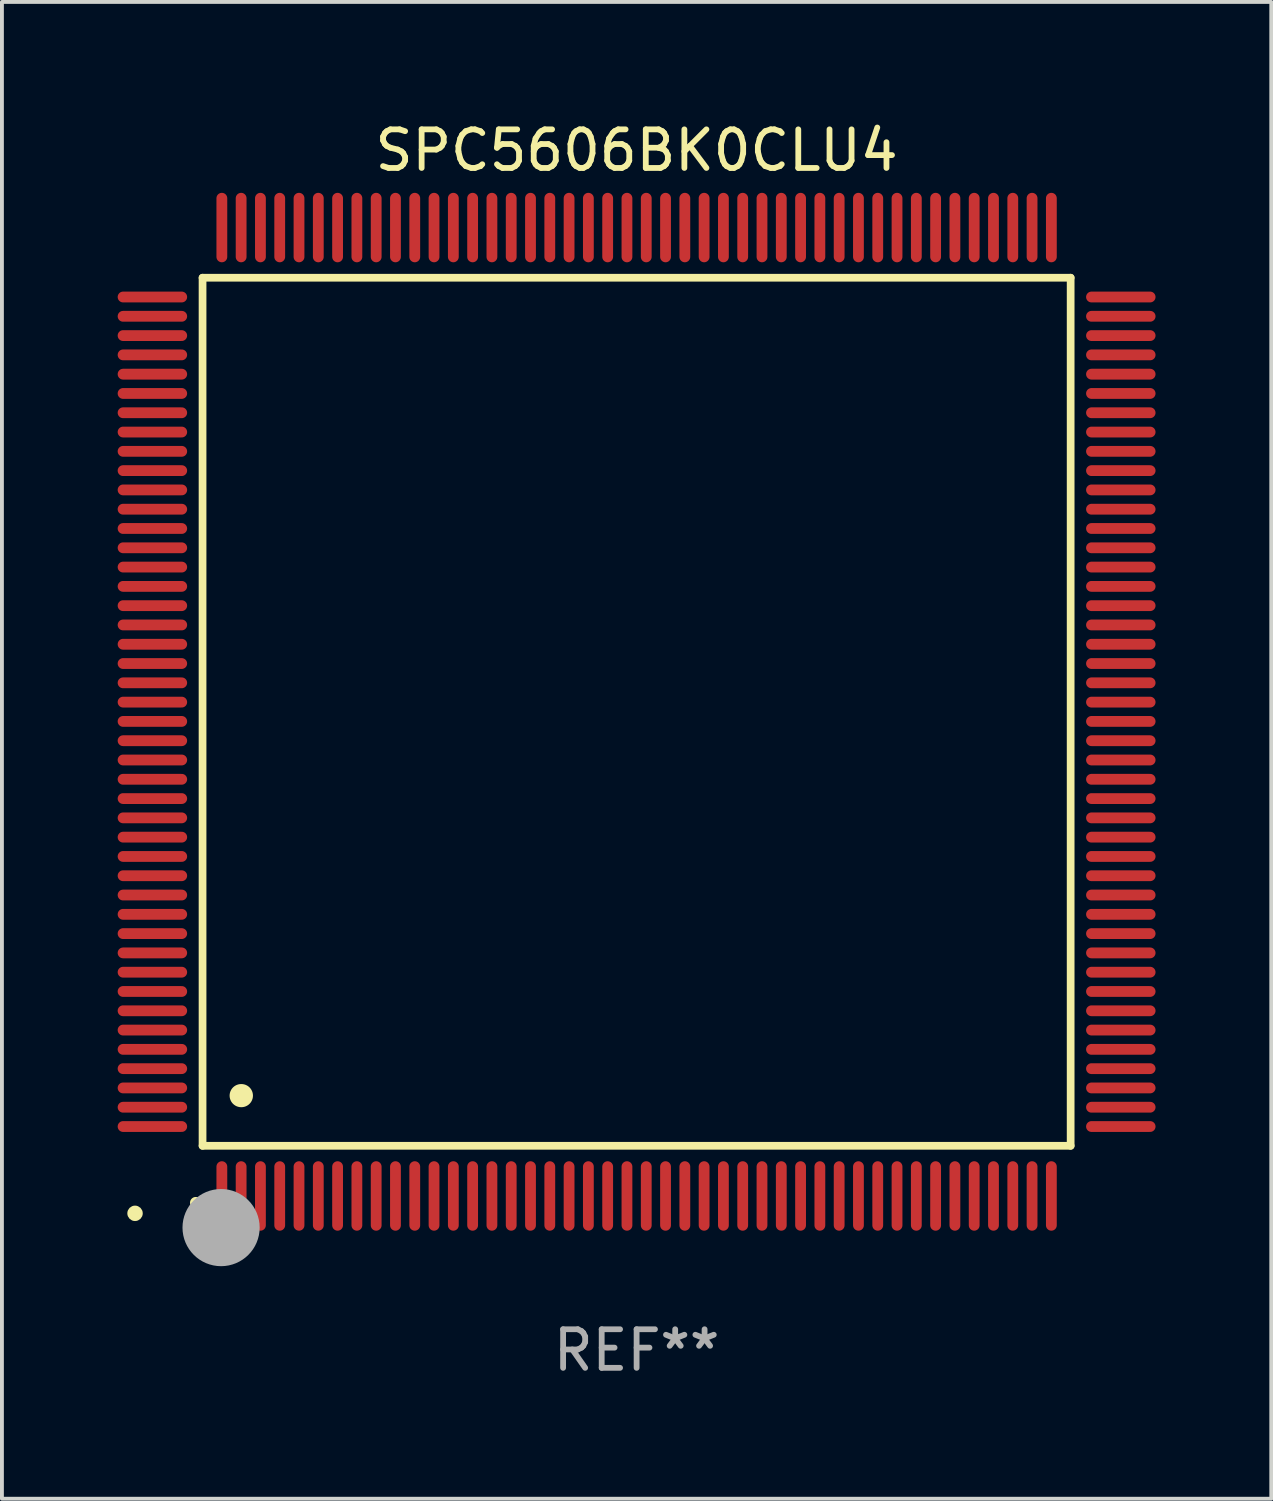
<source format=kicad_pcb>
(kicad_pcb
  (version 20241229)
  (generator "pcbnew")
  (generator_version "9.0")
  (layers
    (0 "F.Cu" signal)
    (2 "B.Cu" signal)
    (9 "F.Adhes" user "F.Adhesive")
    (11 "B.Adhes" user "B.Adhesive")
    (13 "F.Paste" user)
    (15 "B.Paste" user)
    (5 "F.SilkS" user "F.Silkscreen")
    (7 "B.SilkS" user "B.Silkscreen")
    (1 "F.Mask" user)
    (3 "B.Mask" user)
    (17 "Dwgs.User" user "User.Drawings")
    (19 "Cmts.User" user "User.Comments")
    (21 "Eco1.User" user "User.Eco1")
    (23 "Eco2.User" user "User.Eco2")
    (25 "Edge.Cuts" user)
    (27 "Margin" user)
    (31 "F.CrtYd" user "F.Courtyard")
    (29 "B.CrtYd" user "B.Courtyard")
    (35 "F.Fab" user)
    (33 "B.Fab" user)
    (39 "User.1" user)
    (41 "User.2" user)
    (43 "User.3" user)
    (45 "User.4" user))
  (footprint "SPC5606BK0CLU4"
    (layer "F.Cu")
    (at 13.45 15.398)
    (property "Reference" "SPC5606BK0CLU4" (at 0 -14.55 0) (layer "F.SilkS") (effects (font (size 1 1) (thickness 0.15))))
    (attr through_hole)
    (fp_line (start -11.25 -11.25) (end 11.25 -11.25) (stroke (width 0.2) (type solid)) (layer "F.SilkS"))
    (fp_line (start -11.25 11.25) (end -11.25 -11.25) (stroke (width 0.2) (type solid)) (layer "F.SilkS"))
    (fp_line (start 11.25 -11.25) (end 11.25 11.25) (stroke (width 0.2) (type solid)) (layer "F.SilkS"))
    (fp_line (start 11.25 11.25) (end -11.25 11.25) (stroke (width 0.2) (type solid)) (layer "F.SilkS"))
    (fp_arc (start -11.424943 12.725425) (mid -11.423673 12.72542) (end -11.422403 12.725425) (stroke (width 0.3) (type solid)) (layer "F.SilkS"))
    (fp_arc (start -10.24892 9.9492) (mid -10.24638 9.949189) (end -10.24384 9.9492) (stroke (width 0.6) (type solid)) (layer "F.SilkS"))
    (fp_circle (center -13 13) (end -12.9 13) (stroke (width 0.2) (type solid)) (fill no) (layer "F.SilkS"))
    (fp_circle (center -10.77 13.37) (end -10.27 13.37) (stroke (width 1) (type solid)) (fill no) (layer "F.Fab"))
    (fp_text user "REF**" (at 0 16.55 0) (layer "F.Fab") (effects (font (size 1 1) (thickness 0.15))))
    (pad "1" smd oval (at -10.75 12.55) (size 0.28 1.8) (layers "F.Cu" "F.Mask" "F.Paste"))
    (pad "2" smd oval (at -10.25 12.55) (size 0.28 1.8) (layers "F.Cu" "F.Mask" "F.Paste"))
    (pad "3" smd oval (at -9.75 12.55) (size 0.28 1.8) (layers "F.Cu" "F.Mask" "F.Paste"))
    (pad "4" smd oval (at -9.25 12.55) (size 0.28 1.8) (layers "F.Cu" "F.Mask" "F.Paste"))
    (pad "5" smd oval (at -8.75 12.55) (size 0.28 1.8) (layers "F.Cu" "F.Mask" "F.Paste"))
    (pad "6" smd oval (at -8.25 12.55) (size 0.28 1.8) (layers "F.Cu" "F.Mask" "F.Paste"))
    (pad "7" smd oval (at -7.75 12.55) (size 0.28 1.8) (layers "F.Cu" "F.Mask" "F.Paste"))
    (pad "8" smd oval (at -7.25 12.55) (size 0.28 1.8) (layers "F.Cu" "F.Mask" "F.Paste"))
    (pad "9" smd oval (at -6.75 12.55) (size 0.28 1.8) (layers "F.Cu" "F.Mask" "F.Paste"))
    (pad "10" smd oval (at -6.25 12.55) (size 0.28 1.8) (layers "F.Cu" "F.Mask" "F.Paste"))
    (pad "11" smd oval (at -5.75 12.55) (size 0.28 1.8) (layers "F.Cu" "F.Mask" "F.Paste"))
    (pad "12" smd oval (at -5.25 12.55) (size 0.28 1.8) (layers "F.Cu" "F.Mask" "F.Paste"))
    (pad "13" smd oval (at -4.75 12.55) (size 0.28 1.8) (layers "F.Cu" "F.Mask" "F.Paste"))
    (pad "14" smd oval (at -4.25 12.55) (size 0.28 1.8) (layers "F.Cu" "F.Mask" "F.Paste"))
    (pad "15" smd oval (at -3.75 12.55) (size 0.28 1.8) (layers "F.Cu" "F.Mask" "F.Paste"))
    (pad "16" smd oval (at -3.25 12.55) (size 0.28 1.8) (layers "F.Cu" "F.Mask" "F.Paste"))
    (pad "17" smd oval (at -2.75 12.55) (size 0.28 1.8) (layers "F.Cu" "F.Mask" "F.Paste"))
    (pad "18" smd oval (at -2.25 12.55) (size 0.28 1.8) (layers "F.Cu" "F.Mask" "F.Paste"))
    (pad "19" smd oval (at -1.75 12.55) (size 0.28 1.8) (layers "F.Cu" "F.Mask" "F.Paste"))
    (pad "20" smd oval (at -1.25 12.55) (size 0.28 1.8) (layers "F.Cu" "F.Mask" "F.Paste"))
    (pad "21" smd oval (at -0.75 12.55) (size 0.28 1.8) (layers "F.Cu" "F.Mask" "F.Paste"))
    (pad "22" smd oval (at -0.25 12.55) (size 0.28 1.8) (layers "F.Cu" "F.Mask" "F.Paste"))
    (pad "23" smd oval (at 0.25 12.55) (size 0.28 1.8) (layers "F.Cu" "F.Mask" "F.Paste"))
    (pad "24" smd oval (at 0.75 12.55) (size 0.28 1.8) (layers "F.Cu" "F.Mask" "F.Paste"))
    (pad "25" smd oval (at 1.25 12.55) (size 0.28 1.8) (layers "F.Cu" "F.Mask" "F.Paste"))
    (pad "26" smd oval (at 1.75 12.55) (size 0.28 1.8) (layers "F.Cu" "F.Mask" "F.Paste"))
    (pad "27" smd oval (at 2.25 12.55) (size 0.28 1.8) (layers "F.Cu" "F.Mask" "F.Paste"))
    (pad "28" smd oval (at 2.75 12.55) (size 0.28 1.8) (layers "F.Cu" "F.Mask" "F.Paste"))
    (pad "29" smd oval (at 3.25 12.55) (size 0.28 1.8) (layers "F.Cu" "F.Mask" "F.Paste"))
    (pad "30" smd oval (at 3.75 12.55) (size 0.28 1.8) (layers "F.Cu" "F.Mask" "F.Paste"))
    (pad "31" smd oval (at 4.25 12.55) (size 0.28 1.8) (layers "F.Cu" "F.Mask" "F.Paste"))
    (pad "32" smd oval (at 4.75 12.55) (size 0.28 1.8) (layers "F.Cu" "F.Mask" "F.Paste"))
    (pad "33" smd oval (at 5.25 12.55) (size 0.28 1.8) (layers "F.Cu" "F.Mask" "F.Paste"))
    (pad "34" smd oval (at 5.75 12.55) (size 0.28 1.8) (layers "F.Cu" "F.Mask" "F.Paste"))
    (pad "35" smd oval (at 6.25 12.55) (size 0.28 1.8) (layers "F.Cu" "F.Mask" "F.Paste"))
    (pad "36" smd oval (at 6.75 12.55) (size 0.28 1.8) (layers "F.Cu" "F.Mask" "F.Paste"))
    (pad "37" smd oval (at 7.25 12.55) (size 0.28 1.8) (layers "F.Cu" "F.Mask" "F.Paste"))
    (pad "38" smd oval (at 7.75 12.55) (size 0.28 1.8) (layers "F.Cu" "F.Mask" "F.Paste"))
    (pad "39" smd oval (at 8.25 12.55) (size 0.28 1.8) (layers "F.Cu" "F.Mask" "F.Paste"))
    (pad "40" smd oval (at 8.75 12.55) (size 0.28 1.8) (layers "F.Cu" "F.Mask" "F.Paste"))
    (pad "41" smd oval (at 9.25 12.55) (size 0.28 1.8) (layers "F.Cu" "F.Mask" "F.Paste"))
    (pad "42" smd oval (at 9.75 12.55) (size 0.28 1.8) (layers "F.Cu" "F.Mask" "F.Paste"))
    (pad "43" smd oval (at 10.25 12.55) (size 0.28 1.8) (layers "F.Cu" "F.Mask" "F.Paste"))
    (pad "44" smd oval (at 10.75 12.55) (size 0.28 1.8) (layers "F.Cu" "F.Mask" "F.Paste"))
    (pad "45" smd oval (at 12.55 10.75) (size 1.8 0.28) (layers "F.Cu" "F.Mask" "F.Paste"))
    (pad "46" smd oval (at 12.55 10.25) (size 1.8 0.28) (layers "F.Cu" "F.Mask" "F.Paste"))
    (pad "47" smd oval (at 12.55 9.75) (size 1.8 0.28) (layers "F.Cu" "F.Mask" "F.Paste"))
    (pad "48" smd oval (at 12.55 9.25) (size 1.8 0.28) (layers "F.Cu" "F.Mask" "F.Paste"))
    (pad "49" smd oval (at 12.55 8.75) (size 1.8 0.28) (layers "F.Cu" "F.Mask" "F.Paste"))
    (pad "50" smd oval (at 12.55 8.25) (size 1.8 0.28) (layers "F.Cu" "F.Mask" "F.Paste"))
    (pad "51" smd oval (at 12.55 7.75) (size 1.8 0.28) (layers "F.Cu" "F.Mask" "F.Paste"))
    (pad "52" smd oval (at 12.55 7.25) (size 1.8 0.28) (layers "F.Cu" "F.Mask" "F.Paste"))
    (pad "53" smd oval (at 12.55 6.75) (size 1.8 0.28) (layers "F.Cu" "F.Mask" "F.Paste"))
    (pad "54" smd oval (at 12.55 6.25) (size 1.8 0.28) (layers "F.Cu" "F.Mask" "F.Paste"))
    (pad "55" smd oval (at 12.55 5.75) (size 1.8 0.28) (layers "F.Cu" "F.Mask" "F.Paste"))
    (pad "56" smd oval (at 12.55 5.25) (size 1.8 0.28) (layers "F.Cu" "F.Mask" "F.Paste"))
    (pad "57" smd oval (at 12.55 4.75) (size 1.8 0.28) (layers "F.Cu" "F.Mask" "F.Paste"))
    (pad "58" smd oval (at 12.55 4.25) (size 1.8 0.28) (layers "F.Cu" "F.Mask" "F.Paste"))
    (pad "59" smd oval (at 12.55 3.75) (size 1.8 0.28) (layers "F.Cu" "F.Mask" "F.Paste"))
    (pad "60" smd oval (at 12.55 3.25) (size 1.8 0.28) (layers "F.Cu" "F.Mask" "F.Paste"))
    (pad "61" smd oval (at 12.55 2.75) (size 1.8 0.28) (layers "F.Cu" "F.Mask" "F.Paste"))
    (pad "62" smd oval (at 12.55 2.25) (size 1.8 0.28) (layers "F.Cu" "F.Mask" "F.Paste"))
    (pad "63" smd oval (at 12.55 1.75) (size 1.8 0.28) (layers "F.Cu" "F.Mask" "F.Paste"))
    (pad "64" smd oval (at 12.55 1.25) (size 1.8 0.28) (layers "F.Cu" "F.Mask" "F.Paste"))
    (pad "65" smd oval (at 12.55 0.75) (size 1.8 0.28) (layers "F.Cu" "F.Mask" "F.Paste"))
    (pad "66" smd oval (at 12.55 0.25) (size 1.8 0.28) (layers "F.Cu" "F.Mask" "F.Paste"))
    (pad "67" smd oval (at 12.55 -0.25) (size 1.8 0.28) (layers "F.Cu" "F.Mask" "F.Paste"))
    (pad "68" smd oval (at 12.55 -0.75) (size 1.8 0.28) (layers "F.Cu" "F.Mask" "F.Paste"))
    (pad "69" smd oval (at 12.55 -1.25) (size 1.8 0.28) (layers "F.Cu" "F.Mask" "F.Paste"))
    (pad "70" smd oval (at 12.55 -1.75) (size 1.8 0.28) (layers "F.Cu" "F.Mask" "F.Paste"))
    (pad "71" smd oval (at 12.55 -2.25) (size 1.8 0.28) (layers "F.Cu" "F.Mask" "F.Paste"))
    (pad "72" smd oval (at 12.55 -2.75) (size 1.8 0.28) (layers "F.Cu" "F.Mask" "F.Paste"))
    (pad "73" smd oval (at 12.55 -3.25) (size 1.8 0.28) (layers "F.Cu" "F.Mask" "F.Paste"))
    (pad "74" smd oval (at 12.55 -3.75) (size 1.8 0.28) (layers "F.Cu" "F.Mask" "F.Paste"))
    (pad "75" smd oval (at 12.55 -4.25) (size 1.8 0.28) (layers "F.Cu" "F.Mask" "F.Paste"))
    (pad "76" smd oval (at 12.55 -4.75) (size 1.8 0.28) (layers "F.Cu" "F.Mask" "F.Paste"))
    (pad "77" smd oval (at 12.55 -5.25) (size 1.8 0.28) (layers "F.Cu" "F.Mask" "F.Paste"))
    (pad "78" smd oval (at 12.55 -5.75) (size 1.8 0.28) (layers "F.Cu" "F.Mask" "F.Paste"))
    (pad "79" smd oval (at 12.55 -6.25) (size 1.8 0.28) (layers "F.Cu" "F.Mask" "F.Paste"))
    (pad "80" smd oval (at 12.55 -6.75) (size 1.8 0.28) (layers "F.Cu" "F.Mask" "F.Paste"))
    (pad "81" smd oval (at 12.55 -7.25) (size 1.8 0.28) (layers "F.Cu" "F.Mask" "F.Paste"))
    (pad "82" smd oval (at 12.55 -7.75) (size 1.8 0.28) (layers "F.Cu" "F.Mask" "F.Paste"))
    (pad "83" smd oval (at 12.55 -8.25) (size 1.8 0.28) (layers "F.Cu" "F.Mask" "F.Paste"))
    (pad "84" smd oval (at 12.55 -8.75) (size 1.8 0.28) (layers "F.Cu" "F.Mask" "F.Paste"))
    (pad "85" smd oval (at 12.55 -9.25) (size 1.8 0.28) (layers "F.Cu" "F.Mask" "F.Paste"))
    (pad "86" smd oval (at 12.55 -9.75) (size 1.8 0.28) (layers "F.Cu" "F.Mask" "F.Paste"))
    (pad "87" smd oval (at 12.55 -10.25) (size 1.8 0.28) (layers "F.Cu" "F.Mask" "F.Paste"))
    (pad "88" smd oval (at 12.55 -10.75) (size 1.8 0.28) (layers "F.Cu" "F.Mask" "F.Paste"))
    (pad "89" smd oval (at 10.75 -12.55) (size 0.28 1.8) (layers "F.Cu" "F.Mask" "F.Paste"))
    (pad "90" smd oval (at 10.25 -12.55) (size 0.28 1.8) (layers "F.Cu" "F.Mask" "F.Paste"))
    (pad "91" smd oval (at 9.75 -12.55) (size 0.28 1.8) (layers "F.Cu" "F.Mask" "F.Paste"))
    (pad "92" smd oval (at 9.25 -12.55) (size 0.28 1.8) (layers "F.Cu" "F.Mask" "F.Paste"))
    (pad "93" smd oval (at 8.75 -12.55) (size 0.28 1.8) (layers "F.Cu" "F.Mask" "F.Paste"))
    (pad "94" smd oval (at 8.25 -12.55) (size 0.28 1.8) (layers "F.Cu" "F.Mask" "F.Paste"))
    (pad "95" smd oval (at 7.75 -12.55) (size 0.28 1.8) (layers "F.Cu" "F.Mask" "F.Paste"))
    (pad "96" smd oval (at 7.25 -12.55) (size 0.28 1.8) (layers "F.Cu" "F.Mask" "F.Paste"))
    (pad "97" smd oval (at 6.75 -12.55) (size 0.28 1.8) (layers "F.Cu" "F.Mask" "F.Paste"))
    (pad "98" smd oval (at 6.25 -12.55) (size 0.28 1.8) (layers "F.Cu" "F.Mask" "F.Paste"))
    (pad "99" smd oval (at 5.75 -12.55) (size 0.28 1.8) (layers "F.Cu" "F.Mask" "F.Paste"))
    (pad "100" smd oval (at 5.25 -12.55) (size 0.28 1.8) (layers "F.Cu" "F.Mask" "F.Paste"))
    (pad "101" smd oval (at 4.75 -12.55) (size 0.28 1.8) (layers "F.Cu" "F.Mask" "F.Paste"))
    (pad "102" smd oval (at 4.25 -12.55) (size 0.28 1.8) (layers "F.Cu" "F.Mask" "F.Paste"))
    (pad "103" smd oval (at 3.75 -12.55) (size 0.28 1.8) (layers "F.Cu" "F.Mask" "F.Paste"))
    (pad "104" smd oval (at 3.25 -12.55) (size 0.28 1.8) (layers "F.Cu" "F.Mask" "F.Paste"))
    (pad "105" smd oval (at 2.75 -12.55) (size 0.28 1.8) (layers "F.Cu" "F.Mask" "F.Paste"))
    (pad "106" smd oval (at 2.25 -12.55) (size 0.28 1.8) (layers "F.Cu" "F.Mask" "F.Paste"))
    (pad "107" smd oval (at 1.75 -12.55) (size 0.28 1.8) (layers "F.Cu" "F.Mask" "F.Paste"))
    (pad "108" smd oval (at 1.25 -12.55) (size 0.28 1.8) (layers "F.Cu" "F.Mask" "F.Paste"))
    (pad "109" smd oval (at 0.75 -12.55) (size 0.28 1.8) (layers "F.Cu" "F.Mask" "F.Paste"))
    (pad "110" smd oval (at 0.25 -12.55) (size 0.28 1.8) (layers "F.Cu" "F.Mask" "F.Paste"))
    (pad "111" smd oval (at -0.25 -12.55) (size 0.28 1.8) (layers "F.Cu" "F.Mask" "F.Paste"))
    (pad "112" smd oval (at -0.75 -12.55) (size 0.28 1.8) (layers "F.Cu" "F.Mask" "F.Paste"))
    (pad "113" smd oval (at -1.25 -12.55) (size 0.28 1.8) (layers "F.Cu" "F.Mask" "F.Paste"))
    (pad "114" smd oval (at -1.75 -12.55) (size 0.28 1.8) (layers "F.Cu" "F.Mask" "F.Paste"))
    (pad "115" smd oval (at -2.25 -12.55) (size 0.28 1.8) (layers "F.Cu" "F.Mask" "F.Paste"))
    (pad "116" smd oval (at -2.75 -12.55) (size 0.28 1.8) (layers "F.Cu" "F.Mask" "F.Paste"))
    (pad "117" smd oval (at -3.25 -12.55) (size 0.28 1.8) (layers "F.Cu" "F.Mask" "F.Paste"))
    (pad "118" smd oval (at -3.75 -12.55) (size 0.28 1.8) (layers "F.Cu" "F.Mask" "F.Paste"))
    (pad "119" smd oval (at -4.25 -12.55) (size 0.28 1.8) (layers "F.Cu" "F.Mask" "F.Paste"))
    (pad "120" smd oval (at -4.75 -12.55) (size 0.28 1.8) (layers "F.Cu" "F.Mask" "F.Paste"))
    (pad "121" smd oval (at -5.25 -12.55) (size 0.28 1.8) (layers "F.Cu" "F.Mask" "F.Paste"))
    (pad "122" smd oval (at -5.75 -12.55) (size 0.28 1.8) (layers "F.Cu" "F.Mask" "F.Paste"))
    (pad "123" smd oval (at -6.25 -12.55) (size 0.28 1.8) (layers "F.Cu" "F.Mask" "F.Paste"))
    (pad "124" smd oval (at -6.75 -12.55) (size 0.28 1.8) (layers "F.Cu" "F.Mask" "F.Paste"))
    (pad "125" smd oval (at -7.25 -12.55) (size 0.28 1.8) (layers "F.Cu" "F.Mask" "F.Paste"))
    (pad "126" smd oval (at -7.75 -12.55) (size 0.28 1.8) (layers "F.Cu" "F.Mask" "F.Paste"))
    (pad "127" smd oval (at -8.25 -12.55) (size 0.28 1.8) (layers "F.Cu" "F.Mask" "F.Paste"))
    (pad "128" smd oval (at -8.75 -12.55) (size 0.28 1.8) (layers "F.Cu" "F.Mask" "F.Paste"))
    (pad "129" smd oval (at -9.25 -12.55) (size 0.28 1.8) (layers "F.Cu" "F.Mask" "F.Paste"))
    (pad "130" smd oval (at -9.75 -12.55) (size 0.28 1.8) (layers "F.Cu" "F.Mask" "F.Paste"))
    (pad "131" smd oval (at -10.25 -12.55) (size 0.28 1.8) (layers "F.Cu" "F.Mask" "F.Paste"))
    (pad "132" smd oval (at -10.75 -12.55) (size 0.28 1.8) (layers "F.Cu" "F.Mask" "F.Paste"))
    (pad "133" smd oval (at -12.55 -10.75) (size 1.8 0.28) (layers "F.Cu" "F.Mask" "F.Paste"))
    (pad "134" smd oval (at -12.55 -10.25) (size 1.8 0.28) (layers "F.Cu" "F.Mask" "F.Paste"))
    (pad "135" smd oval (at -12.55 -9.75) (size 1.8 0.28) (layers "F.Cu" "F.Mask" "F.Paste"))
    (pad "136" smd oval (at -12.55 -9.25) (size 1.8 0.28) (layers "F.Cu" "F.Mask" "F.Paste"))
    (pad "137" smd oval (at -12.55 -8.75) (size 1.8 0.28) (layers "F.Cu" "F.Mask" "F.Paste"))
    (pad "138" smd oval (at -12.55 -8.25) (size 1.8 0.28) (layers "F.Cu" "F.Mask" "F.Paste"))
    (pad "139" smd oval (at -12.55 -7.75) (size 1.8 0.28) (layers "F.Cu" "F.Mask" "F.Paste"))
    (pad "140" smd oval (at -12.55 -7.25) (size 1.8 0.28) (layers "F.Cu" "F.Mask" "F.Paste"))
    (pad "141" smd oval (at -12.55 -6.75) (size 1.8 0.28) (layers "F.Cu" "F.Mask" "F.Paste"))
    (pad "142" smd oval (at -12.55 -6.25) (size 1.8 0.28) (layers "F.Cu" "F.Mask" "F.Paste"))
    (pad "143" smd oval (at -12.55 -5.75) (size 1.8 0.28) (layers "F.Cu" "F.Mask" "F.Paste"))
    (pad "144" smd oval (at -12.55 -5.25) (size 1.8 0.28) (layers "F.Cu" "F.Mask" "F.Paste"))
    (pad "145" smd oval (at -12.55 -4.75) (size 1.8 0.28) (layers "F.Cu" "F.Mask" "F.Paste"))
    (pad "146" smd oval (at -12.55 -4.25) (size 1.8 0.28) (layers "F.Cu" "F.Mask" "F.Paste"))
    (pad "147" smd oval (at -12.55 -3.75) (size 1.8 0.28) (layers "F.Cu" "F.Mask" "F.Paste"))
    (pad "148" smd oval (at -12.55 -3.25) (size 1.8 0.28) (layers "F.Cu" "F.Mask" "F.Paste"))
    (pad "149" smd oval (at -12.55 -2.75) (size 1.8 0.28) (layers "F.Cu" "F.Mask" "F.Paste"))
    (pad "150" smd oval (at -12.55 -2.25) (size 1.8 0.28) (layers "F.Cu" "F.Mask" "F.Paste"))
    (pad "151" smd oval (at -12.55 -1.75) (size 1.8 0.28) (layers "F.Cu" "F.Mask" "F.Paste"))
    (pad "152" smd oval (at -12.55 -1.25) (size 1.8 0.28) (layers "F.Cu" "F.Mask" "F.Paste"))
    (pad "153" smd oval (at -12.55 -0.75) (size 1.8 0.28) (layers "F.Cu" "F.Mask" "F.Paste"))
    (pad "154" smd oval (at -12.55 -0.25) (size 1.8 0.28) (layers "F.Cu" "F.Mask" "F.Paste"))
    (pad "155" smd oval (at -12.55 0.25) (size 1.8 0.28) (layers "F.Cu" "F.Mask" "F.Paste"))
    (pad "156" smd oval (at -12.55 0.75) (size 1.8 0.28) (layers "F.Cu" "F.Mask" "F.Paste"))
    (pad "157" smd oval (at -12.55 1.25) (size 1.8 0.28) (layers "F.Cu" "F.Mask" "F.Paste"))
    (pad "158" smd oval (at -12.55 1.75) (size 1.8 0.28) (layers "F.Cu" "F.Mask" "F.Paste"))
    (pad "159" smd oval (at -12.55 2.25) (size 1.8 0.28) (layers "F.Cu" "F.Mask" "F.Paste"))
    (pad "160" smd oval (at -12.55 2.75) (size 1.8 0.28) (layers "F.Cu" "F.Mask" "F.Paste"))
    (pad "161" smd oval (at -12.55 3.25) (size 1.8 0.28) (layers "F.Cu" "F.Mask" "F.Paste"))
    (pad "162" smd oval (at -12.55 3.75) (size 1.8 0.28) (layers "F.Cu" "F.Mask" "F.Paste"))
    (pad "163" smd oval (at -12.55 4.25) (size 1.8 0.28) (layers "F.Cu" "F.Mask" "F.Paste"))
    (pad "164" smd oval (at -12.55 4.75) (size 1.8 0.28) (layers "F.Cu" "F.Mask" "F.Paste"))
    (pad "165" smd oval (at -12.55 5.25) (size 1.8 0.28) (layers "F.Cu" "F.Mask" "F.Paste"))
    (pad "166" smd oval (at -12.55 5.75) (size 1.8 0.28) (layers "F.Cu" "F.Mask" "F.Paste"))
    (pad "167" smd oval (at -12.55 6.25) (size 1.8 0.28) (layers "F.Cu" "F.Mask" "F.Paste"))
    (pad "168" smd oval (at -12.55 6.75) (size 1.8 0.28) (layers "F.Cu" "F.Mask" "F.Paste"))
    (pad "169" smd oval (at -12.55 7.25) (size 1.8 0.28) (layers "F.Cu" "F.Mask" "F.Paste"))
    (pad "170" smd oval (at -12.55 7.75) (size 1.8 0.28) (layers "F.Cu" "F.Mask" "F.Paste"))
    (pad "171" smd oval (at -12.55 8.25) (size 1.8 0.28) (layers "F.Cu" "F.Mask" "F.Paste"))
    (pad "172" smd oval (at -12.55 8.75) (size 1.8 0.28) (layers "F.Cu" "F.Mask" "F.Paste"))
    (pad "173" smd oval (at -12.55 9.25) (size 1.8 0.28) (layers "F.Cu" "F.Mask" "F.Paste"))
    (pad "174" smd oval (at -12.55 9.75) (size 1.8 0.28) (layers "F.Cu" "F.Mask" "F.Paste"))
    (pad "175" smd oval (at -12.55 10.25) (size 1.8 0.28) (layers "F.Cu" "F.Mask" "F.Paste"))
    (pad "176" smd oval (at -12.55 10.75) (size 1.8 0.28) (layers "F.Cu" "F.Mask" "F.Paste")))
  (gr_rect
    (start -3 -3)
    (end 29.9 35.796)
    (stroke (width 0.1) (type default))
    (fill no)
    (layer "Edge.Cuts")))
</source>
